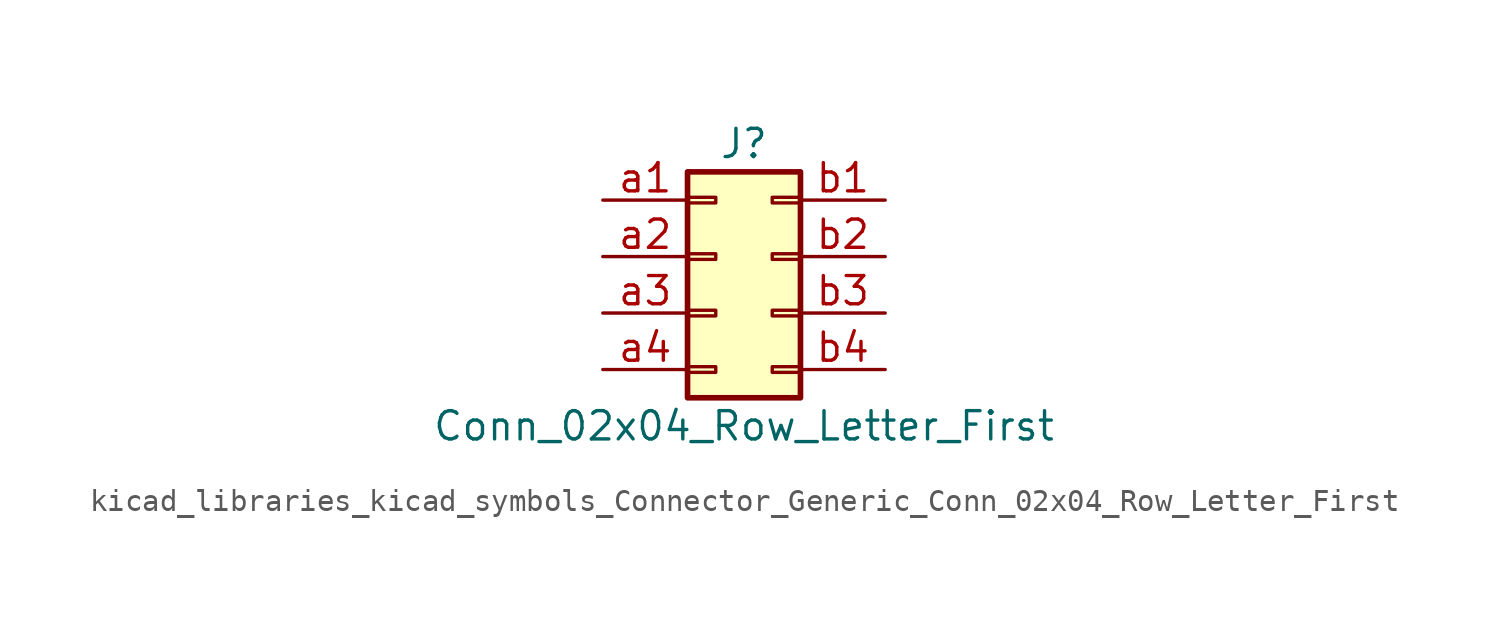
<source format=kicad_sym>
(kicad_symbol_lib
  (version 20220914)
  (generator kicad_symbol_editor)
  (symbol "kicad_libraries_kicad_symbols_Connector_Generic_Conn_02x04_Row_Letter_First"
    (pin_names
      (offset 1.016) hide)
    (property "Reference" "J"
      (at 1.27 5.08 0)
      (effects (font (size 1.27 1.27))))
    (property "Value" "Conn_02x04_Row_Letter_First"
      (at 1.27 -7.62 0)
      (effects (font (size 1.27 1.27))))
    (symbol "kicad_libraries_kicad_symbols_Connector_Generic_Conn_02x04_Row_Letter_First_1_1"
      (rectangle (start -1.27 -4.953) (end 0 -5.207) (stroke (width 0.152) (type default)) (fill (type none)))
      (rectangle (start -1.27 -2.413) (end 0 -2.667) (stroke (width 0.152) (type default)) (fill (type none)))
      (rectangle (start -1.27 0.127) (end 0 -0.127) (stroke (width 0.152) (type default)) (fill (type none)))
      (rectangle (start -1.27 2.667) (end 0 2.413) (stroke (width 0.152) (type default)) (fill (type none)))
      (rectangle (start -1.27 3.81) (end 3.81 -6.35) (stroke (width 0.254) (type default)) (fill (type background)))
      (rectangle (start 3.81 -4.953) (end 2.54 -5.207) (stroke (width 0.152) (type default)) (fill (type none)))
      (rectangle (start 3.81 -2.413) (end 2.54 -2.667) (stroke (width 0.152) (type default)) (fill (type none)))
      (rectangle (start 3.81 0.127) (end 2.54 -0.127) (stroke (width 0.152) (type default)) (fill (type none)))
      (rectangle (start 3.81 2.667) (end 2.54 2.413) (stroke (width 0.152) (type default)) (fill (type none)))
      (pin passive line (at -5.08 2.54 0) (length 3.81) (name "Pin_a1" (effects (font (size 1.27 1.27)))) (number "a1" (effects (font (size 1.27 1.27)))))
      (pin passive line (at -5.08 0 0) (length 3.81) (name "Pin_a2" (effects (font (size 1.27 1.27)))) (number "a2" (effects (font (size 1.27 1.27)))))
      (pin passive line (at -5.08 -2.54 0) (length 3.81) (name "Pin_a3" (effects (font (size 1.27 1.27)))) (number "a3" (effects (font (size 1.27 1.27)))))
      (pin passive line (at -5.08 -5.08 0) (length 3.81) (name "Pin_a4" (effects (font (size 1.27 1.27)))) (number "a4" (effects (font (size 1.27 1.27)))))
      (pin passive line (at 7.62 2.54 180) (length 3.81) (name "Pin_b1" (effects (font (size 1.27 1.27)))) (number "b1" (effects (font (size 1.27 1.27)))))
      (pin passive line (at 7.62 0 180) (length 3.81) (name "Pin_b2" (effects (font (size 1.27 1.27)))) (number "b2" (effects (font (size 1.27 1.27)))))
      (pin passive line (at 7.62 -2.54 180) (length 3.81) (name "Pin_b3" (effects (font (size 1.27 1.27)))) (number "b3" (effects (font (size 1.27 1.27)))))
      (pin passive line (at 7.62 -5.08 180) (length 3.81) (name "Pin_b4" (effects (font (size 1.27 1.27)))) (number "b4" (effects (font (size 1.27 1.27))))))))
</source>
